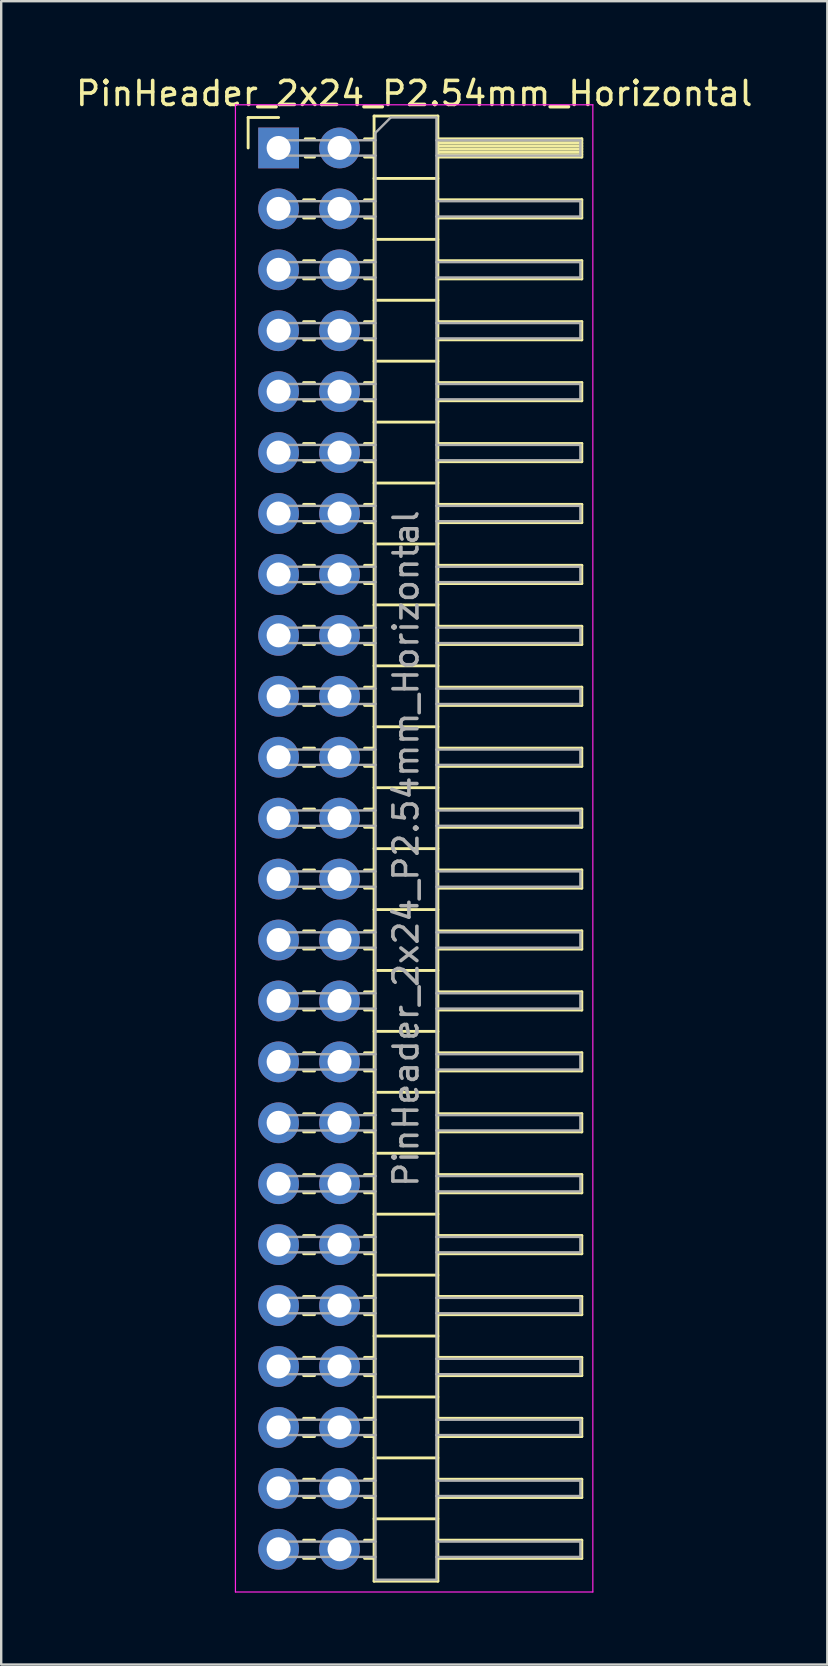
<source format=kicad_pcb>
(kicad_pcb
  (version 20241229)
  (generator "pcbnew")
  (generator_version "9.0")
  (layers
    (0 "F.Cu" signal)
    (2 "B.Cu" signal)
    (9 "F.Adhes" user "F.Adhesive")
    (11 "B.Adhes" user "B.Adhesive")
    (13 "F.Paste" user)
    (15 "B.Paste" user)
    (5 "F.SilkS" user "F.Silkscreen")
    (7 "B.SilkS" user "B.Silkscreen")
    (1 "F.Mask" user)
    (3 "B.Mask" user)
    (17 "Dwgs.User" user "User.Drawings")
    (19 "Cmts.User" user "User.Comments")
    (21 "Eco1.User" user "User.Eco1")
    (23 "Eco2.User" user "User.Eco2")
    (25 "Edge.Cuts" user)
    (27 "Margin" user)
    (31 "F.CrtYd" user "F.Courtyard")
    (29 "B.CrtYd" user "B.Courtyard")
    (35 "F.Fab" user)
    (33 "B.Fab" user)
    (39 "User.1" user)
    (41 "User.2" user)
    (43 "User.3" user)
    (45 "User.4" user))
  (footprint "PinHeader_2x24_P2.54mm_Horizontal"
    (layer "F.Cu")
    (at 8.565 3.118)
    (property "Reference" "PinHeader_2x24_P2.54mm_Horizontal" (at 5.655 -2.27 0) (layer "F.SilkS") (effects (font (size 1 1) (thickness 0.15))))
    (attr through_hole)
    (fp_line (start -1.27 -1.27) (end 0 -1.27) (stroke (width 0.12) (type solid)) (layer "F.SilkS"))
    (fp_line (start -1.27 0) (end -1.27 -1.27) (stroke (width 0.12) (type solid)) (layer "F.SilkS"))
    (fp_line (start 1.043 2.16) (end 1.497 2.16) (stroke (width 0.12) (type solid)) (layer "F.SilkS"))
    (fp_line (start 1.043 2.92) (end 1.497 2.92) (stroke (width 0.12) (type solid)) (layer "F.SilkS"))
    (fp_line (start 1.043 4.7) (end 1.497 4.7) (stroke (width 0.12) (type solid)) (layer "F.SilkS"))
    (fp_line (start 1.043 5.46) (end 1.497 5.46) (stroke (width 0.12) (type solid)) (layer "F.SilkS"))
    (fp_line (start 1.043 7.24) (end 1.497 7.24) (stroke (width 0.12) (type solid)) (layer "F.SilkS"))
    (fp_line (start 1.043 8) (end 1.497 8) (stroke (width 0.12) (type solid)) (layer "F.SilkS"))
    (fp_line (start 1.043 9.78) (end 1.497 9.78) (stroke (width 0.12) (type solid)) (layer "F.SilkS"))
    (fp_line (start 1.043 10.54) (end 1.497 10.54) (stroke (width 0.12) (type solid)) (layer "F.SilkS"))
    (fp_line (start 1.043 12.32) (end 1.497 12.32) (stroke (width 0.12) (type solid)) (layer "F.SilkS"))
    (fp_line (start 1.043 13.08) (end 1.497 13.08) (stroke (width 0.12) (type solid)) (layer "F.SilkS"))
    (fp_line (start 1.043 14.86) (end 1.497 14.86) (stroke (width 0.12) (type solid)) (layer "F.SilkS"))
    (fp_line (start 1.043 15.62) (end 1.497 15.62) (stroke (width 0.12) (type solid)) (layer "F.SilkS"))
    (fp_line (start 1.043 17.4) (end 1.497 17.4) (stroke (width 0.12) (type solid)) (layer "F.SilkS"))
    (fp_line (start 1.043 18.16) (end 1.497 18.16) (stroke (width 0.12) (type solid)) (layer "F.SilkS"))
    (fp_line (start 1.043 19.94) (end 1.497 19.94) (stroke (width 0.12) (type solid)) (layer "F.SilkS"))
    (fp_line (start 1.043 20.7) (end 1.497 20.7) (stroke (width 0.12) (type solid)) (layer "F.SilkS"))
    (fp_line (start 1.043 22.48) (end 1.497 22.48) (stroke (width 0.12) (type solid)) (layer "F.SilkS"))
    (fp_line (start 1.043 23.24) (end 1.497 23.24) (stroke (width 0.12) (type solid)) (layer "F.SilkS"))
    (fp_line (start 1.043 25.02) (end 1.497 25.02) (stroke (width 0.12) (type solid)) (layer "F.SilkS"))
    (fp_line (start 1.043 25.78) (end 1.497 25.78) (stroke (width 0.12) (type solid)) (layer "F.SilkS"))
    (fp_line (start 1.043 27.56) (end 1.497 27.56) (stroke (width 0.12) (type solid)) (layer "F.SilkS"))
    (fp_line (start 1.043 28.32) (end 1.497 28.32) (stroke (width 0.12) (type solid)) (layer "F.SilkS"))
    (fp_line (start 1.043 30.1) (end 1.497 30.1) (stroke (width 0.12) (type solid)) (layer "F.SilkS"))
    (fp_line (start 1.043 30.86) (end 1.497 30.86) (stroke (width 0.12) (type solid)) (layer "F.SilkS"))
    (fp_line (start 1.043 32.64) (end 1.497 32.64) (stroke (width 0.12) (type solid)) (layer "F.SilkS"))
    (fp_line (start 1.043 33.4) (end 1.497 33.4) (stroke (width 0.12) (type solid)) (layer "F.SilkS"))
    (fp_line (start 1.043 35.18) (end 1.497 35.18) (stroke (width 0.12) (type solid)) (layer "F.SilkS"))
    (fp_line (start 1.043 35.94) (end 1.497 35.94) (stroke (width 0.12) (type solid)) (layer "F.SilkS"))
    (fp_line (start 1.043 37.72) (end 1.497 37.72) (stroke (width 0.12) (type solid)) (layer "F.SilkS"))
    (fp_line (start 1.043 38.48) (end 1.497 38.48) (stroke (width 0.12) (type solid)) (layer "F.SilkS"))
    (fp_line (start 1.043 40.26) (end 1.497 40.26) (stroke (width 0.12) (type solid)) (layer "F.SilkS"))
    (fp_line (start 1.043 41.02) (end 1.497 41.02) (stroke (width 0.12) (type solid)) (layer "F.SilkS"))
    (fp_line (start 1.043 42.8) (end 1.497 42.8) (stroke (width 0.12) (type solid)) (layer "F.SilkS"))
    (fp_line (start 1.043 43.56) (end 1.497 43.56) (stroke (width 0.12) (type solid)) (layer "F.SilkS"))
    (fp_line (start 1.043 45.34) (end 1.497 45.34) (stroke (width 0.12) (type solid)) (layer "F.SilkS"))
    (fp_line (start 1.043 46.1) (end 1.497 46.1) (stroke (width 0.12) (type solid)) (layer "F.SilkS"))
    (fp_line (start 1.043 47.88) (end 1.497 47.88) (stroke (width 0.12) (type solid)) (layer "F.SilkS"))
    (fp_line (start 1.043 48.64) (end 1.497 48.64) (stroke (width 0.12) (type solid)) (layer "F.SilkS"))
    (fp_line (start 1.043 50.42) (end 1.497 50.42) (stroke (width 0.12) (type solid)) (layer "F.SilkS"))
    (fp_line (start 1.043 51.18) (end 1.497 51.18) (stroke (width 0.12) (type solid)) (layer "F.SilkS"))
    (fp_line (start 1.043 52.96) (end 1.497 52.96) (stroke (width 0.12) (type solid)) (layer "F.SilkS"))
    (fp_line (start 1.043 53.72) (end 1.497 53.72) (stroke (width 0.12) (type solid)) (layer "F.SilkS"))
    (fp_line (start 1.043 55.5) (end 1.497 55.5) (stroke (width 0.12) (type solid)) (layer "F.SilkS"))
    (fp_line (start 1.043 56.26) (end 1.497 56.26) (stroke (width 0.12) (type solid)) (layer "F.SilkS"))
    (fp_line (start 1.043 58.04) (end 1.497 58.04) (stroke (width 0.12) (type solid)) (layer "F.SilkS"))
    (fp_line (start 1.043 58.8) (end 1.497 58.8) (stroke (width 0.12) (type solid)) (layer "F.SilkS"))
    (fp_line (start 1.11 -0.38) (end 1.497 -0.38) (stroke (width 0.12) (type solid)) (layer "F.SilkS"))
    (fp_line (start 1.11 0.38) (end 1.497 0.38) (stroke (width 0.12) (type solid)) (layer "F.SilkS"))
    (fp_line (start 3.583 -0.38) (end 3.98 -0.38) (stroke (width 0.12) (type solid)) (layer "F.SilkS"))
    (fp_line (start 3.583 0.38) (end 3.98 0.38) (stroke (width 0.12) (type solid)) (layer "F.SilkS"))
    (fp_line (start 3.583 2.16) (end 3.98 2.16) (stroke (width 0.12) (type solid)) (layer "F.SilkS"))
    (fp_line (start 3.583 2.92) (end 3.98 2.92) (stroke (width 0.12) (type solid)) (layer "F.SilkS"))
    (fp_line (start 3.583 4.7) (end 3.98 4.7) (stroke (width 0.12) (type solid)) (layer "F.SilkS"))
    (fp_line (start 3.583 5.46) (end 3.98 5.46) (stroke (width 0.12) (type solid)) (layer "F.SilkS"))
    (fp_line (start 3.583 7.24) (end 3.98 7.24) (stroke (width 0.12) (type solid)) (layer "F.SilkS"))
    (fp_line (start 3.583 8) (end 3.98 8) (stroke (width 0.12) (type solid)) (layer "F.SilkS"))
    (fp_line (start 3.583 9.78) (end 3.98 9.78) (stroke (width 0.12) (type solid)) (layer "F.SilkS"))
    (fp_line (start 3.583 10.54) (end 3.98 10.54) (stroke (width 0.12) (type solid)) (layer "F.SilkS"))
    (fp_line (start 3.583 12.32) (end 3.98 12.32) (stroke (width 0.12) (type solid)) (layer "F.SilkS"))
    (fp_line (start 3.583 13.08) (end 3.98 13.08) (stroke (width 0.12) (type solid)) (layer "F.SilkS"))
    (fp_line (start 3.583 14.86) (end 3.98 14.86) (stroke (width 0.12) (type solid)) (layer "F.SilkS"))
    (fp_line (start 3.583 15.62) (end 3.98 15.62) (stroke (width 0.12) (type solid)) (layer "F.SilkS"))
    (fp_line (start 3.583 17.4) (end 3.98 17.4) (stroke (width 0.12) (type solid)) (layer "F.SilkS"))
    (fp_line (start 3.583 18.16) (end 3.98 18.16) (stroke (width 0.12) (type solid)) (layer "F.SilkS"))
    (fp_line (start 3.583 19.94) (end 3.98 19.94) (stroke (width 0.12) (type solid)) (layer "F.SilkS"))
    (fp_line (start 3.583 20.7) (end 3.98 20.7) (stroke (width 0.12) (type solid)) (layer "F.SilkS"))
    (fp_line (start 3.583 22.48) (end 3.98 22.48) (stroke (width 0.12) (type solid)) (layer "F.SilkS"))
    (fp_line (start 3.583 23.24) (end 3.98 23.24) (stroke (width 0.12) (type solid)) (layer "F.SilkS"))
    (fp_line (start 3.583 25.02) (end 3.98 25.02) (stroke (width 0.12) (type solid)) (layer "F.SilkS"))
    (fp_line (start 3.583 25.78) (end 3.98 25.78) (stroke (width 0.12) (type solid)) (layer "F.SilkS"))
    (fp_line (start 3.583 27.56) (end 3.98 27.56) (stroke (width 0.12) (type solid)) (layer "F.SilkS"))
    (fp_line (start 3.583 28.32) (end 3.98 28.32) (stroke (width 0.12) (type solid)) (layer "F.SilkS"))
    (fp_line (start 3.583 30.1) (end 3.98 30.1) (stroke (width 0.12) (type solid)) (layer "F.SilkS"))
    (fp_line (start 3.583 30.86) (end 3.98 30.86) (stroke (width 0.12) (type solid)) (layer "F.SilkS"))
    (fp_line (start 3.583 32.64) (end 3.98 32.64) (stroke (width 0.12) (type solid)) (layer "F.SilkS"))
    (fp_line (start 3.583 33.4) (end 3.98 33.4) (stroke (width 0.12) (type solid)) (layer "F.SilkS"))
    (fp_line (start 3.583 35.18) (end 3.98 35.18) (stroke (width 0.12) (type solid)) (layer "F.SilkS"))
    (fp_line (start 3.583 35.94) (end 3.98 35.94) (stroke (width 0.12) (type solid)) (layer "F.SilkS"))
    (fp_line (start 3.583 37.72) (end 3.98 37.72) (stroke (width 0.12) (type solid)) (layer "F.SilkS"))
    (fp_line (start 3.583 38.48) (end 3.98 38.48) (stroke (width 0.12) (type solid)) (layer "F.SilkS"))
    (fp_line (start 3.583 40.26) (end 3.98 40.26) (stroke (width 0.12) (type solid)) (layer "F.SilkS"))
    (fp_line (start 3.583 41.02) (end 3.98 41.02) (stroke (width 0.12) (type solid)) (layer "F.SilkS"))
    (fp_line (start 3.583 42.8) (end 3.98 42.8) (stroke (width 0.12) (type solid)) (layer "F.SilkS"))
    (fp_line (start 3.583 43.56) (end 3.98 43.56) (stroke (width 0.12) (type solid)) (layer "F.SilkS"))
    (fp_line (start 3.583 45.34) (end 3.98 45.34) (stroke (width 0.12) (type solid)) (layer "F.SilkS"))
    (fp_line (start 3.583 46.1) (end 3.98 46.1) (stroke (width 0.12) (type solid)) (layer "F.SilkS"))
    (fp_line (start 3.583 47.88) (end 3.98 47.88) (stroke (width 0.12) (type solid)) (layer "F.SilkS"))
    (fp_line (start 3.583 48.64) (end 3.98 48.64) (stroke (width 0.12) (type solid)) (layer "F.SilkS"))
    (fp_line (start 3.583 50.42) (end 3.98 50.42) (stroke (width 0.12) (type solid)) (layer "F.SilkS"))
    (fp_line (start 3.583 51.18) (end 3.98 51.18) (stroke (width 0.12) (type solid)) (layer "F.SilkS"))
    (fp_line (start 3.583 52.96) (end 3.98 52.96) (stroke (width 0.12) (type solid)) (layer "F.SilkS"))
    (fp_line (start 3.583 53.72) (end 3.98 53.72) (stroke (width 0.12) (type solid)) (layer "F.SilkS"))
    (fp_line (start 3.583 55.5) (end 3.98 55.5) (stroke (width 0.12) (type solid)) (layer "F.SilkS"))
    (fp_line (start 3.583 56.26) (end 3.98 56.26) (stroke (width 0.12) (type solid)) (layer "F.SilkS"))
    (fp_line (start 3.583 58.04) (end 3.98 58.04) (stroke (width 0.12) (type solid)) (layer "F.SilkS"))
    (fp_line (start 3.583 58.8) (end 3.98 58.8) (stroke (width 0.12) (type solid)) (layer "F.SilkS"))
    (fp_line (start 3.98 -1.33) (end 3.98 59.75) (stroke (width 0.12) (type solid)) (layer "F.SilkS"))
    (fp_line (start 3.98 1.27) (end 6.64 1.27) (stroke (width 0.12) (type solid)) (layer "F.SilkS"))
    (fp_line (start 3.98 3.81) (end 6.64 3.81) (stroke (width 0.12) (type solid)) (layer "F.SilkS"))
    (fp_line (start 3.98 6.35) (end 6.64 6.35) (stroke (width 0.12) (type solid)) (layer "F.SilkS"))
    (fp_line (start 3.98 8.89) (end 6.64 8.89) (stroke (width 0.12) (type solid)) (layer "F.SilkS"))
    (fp_line (start 3.98 11.43) (end 6.64 11.43) (stroke (width 0.12) (type solid)) (layer "F.SilkS"))
    (fp_line (start 3.98 13.97) (end 6.64 13.97) (stroke (width 0.12) (type solid)) (layer "F.SilkS"))
    (fp_line (start 3.98 16.51) (end 6.64 16.51) (stroke (width 0.12) (type solid)) (layer "F.SilkS"))
    (fp_line (start 3.98 19.05) (end 6.64 19.05) (stroke (width 0.12) (type solid)) (layer "F.SilkS"))
    (fp_line (start 3.98 21.59) (end 6.64 21.59) (stroke (width 0.12) (type solid)) (layer "F.SilkS"))
    (fp_line (start 3.98 24.13) (end 6.64 24.13) (stroke (width 0.12) (type solid)) (layer "F.SilkS"))
    (fp_line (start 3.98 26.67) (end 6.64 26.67) (stroke (width 0.12) (type solid)) (layer "F.SilkS"))
    (fp_line (start 3.98 29.21) (end 6.64 29.21) (stroke (width 0.12) (type solid)) (layer "F.SilkS"))
    (fp_line (start 3.98 31.75) (end 6.64 31.75) (stroke (width 0.12) (type solid)) (layer "F.SilkS"))
    (fp_line (start 3.98 34.29) (end 6.64 34.29) (stroke (width 0.12) (type solid)) (layer "F.SilkS"))
    (fp_line (start 3.98 36.83) (end 6.64 36.83) (stroke (width 0.12) (type solid)) (layer "F.SilkS"))
    (fp_line (start 3.98 39.37) (end 6.64 39.37) (stroke (width 0.12) (type solid)) (layer "F.SilkS"))
    (fp_line (start 3.98 41.91) (end 6.64 41.91) (stroke (width 0.12) (type solid)) (layer "F.SilkS"))
    (fp_line (start 3.98 44.45) (end 6.64 44.45) (stroke (width 0.12) (type solid)) (layer "F.SilkS"))
    (fp_line (start 3.98 46.99) (end 6.64 46.99) (stroke (width 0.12) (type solid)) (layer "F.SilkS"))
    (fp_line (start 3.98 49.53) (end 6.64 49.53) (stroke (width 0.12) (type solid)) (layer "F.SilkS"))
    (fp_line (start 3.98 52.07) (end 6.64 52.07) (stroke (width 0.12) (type solid)) (layer "F.SilkS"))
    (fp_line (start 3.98 54.61) (end 6.64 54.61) (stroke (width 0.12) (type solid)) (layer "F.SilkS"))
    (fp_line (start 3.98 57.15) (end 6.64 57.15) (stroke (width 0.12) (type solid)) (layer "F.SilkS"))
    (fp_line (start 3.98 59.75) (end 6.64 59.75) (stroke (width 0.12) (type solid)) (layer "F.SilkS"))
    (fp_line (start 6.64 -1.33) (end 3.98 -1.33) (stroke (width 0.12) (type solid)) (layer "F.SilkS"))
    (fp_line (start 6.64 -0.38) (end 12.64 -0.38) (stroke (width 0.12) (type solid)) (layer "F.SilkS"))
    (fp_line (start 6.64 -0.32) (end 12.64 -0.32) (stroke (width 0.12) (type solid)) (layer "F.SilkS"))
    (fp_line (start 6.64 -0.2) (end 12.64 -0.2) (stroke (width 0.12) (type solid)) (layer "F.SilkS"))
    (fp_line (start 6.64 -0.08) (end 12.64 -0.08) (stroke (width 0.12) (type solid)) (layer "F.SilkS"))
    (fp_line (start 6.64 0.04) (end 12.64 0.04) (stroke (width 0.12) (type solid)) (layer "F.SilkS"))
    (fp_line (start 6.64 0.16) (end 12.64 0.16) (stroke (width 0.12) (type solid)) (layer "F.SilkS"))
    (fp_line (start 6.64 0.28) (end 12.64 0.28) (stroke (width 0.12) (type solid)) (layer "F.SilkS"))
    (fp_line (start 6.64 2.16) (end 12.64 2.16) (stroke (width 0.12) (type solid)) (layer "F.SilkS"))
    (fp_line (start 6.64 4.7) (end 12.64 4.7) (stroke (width 0.12) (type solid)) (layer "F.SilkS"))
    (fp_line (start 6.64 7.24) (end 12.64 7.24) (stroke (width 0.12) (type solid)) (layer "F.SilkS"))
    (fp_line (start 6.64 9.78) (end 12.64 9.78) (stroke (width 0.12) (type solid)) (layer "F.SilkS"))
    (fp_line (start 6.64 12.32) (end 12.64 12.32) (stroke (width 0.12) (type solid)) (layer "F.SilkS"))
    (fp_line (start 6.64 14.86) (end 12.64 14.86) (stroke (width 0.12) (type solid)) (layer "F.SilkS"))
    (fp_line (start 6.64 17.4) (end 12.64 17.4) (stroke (width 0.12) (type solid)) (layer "F.SilkS"))
    (fp_line (start 6.64 19.94) (end 12.64 19.94) (stroke (width 0.12) (type solid)) (layer "F.SilkS"))
    (fp_line (start 6.64 22.48) (end 12.64 22.48) (stroke (width 0.12) (type solid)) (layer "F.SilkS"))
    (fp_line (start 6.64 25.02) (end 12.64 25.02) (stroke (width 0.12) (type solid)) (layer "F.SilkS"))
    (fp_line (start 6.64 27.56) (end 12.64 27.56) (stroke (width 0.12) (type solid)) (layer "F.SilkS"))
    (fp_line (start 6.64 30.1) (end 12.64 30.1) (stroke (width 0.12) (type solid)) (layer "F.SilkS"))
    (fp_line (start 6.64 32.64) (end 12.64 32.64) (stroke (width 0.12) (type solid)) (layer "F.SilkS"))
    (fp_line (start 6.64 35.18) (end 12.64 35.18) (stroke (width 0.12) (type solid)) (layer "F.SilkS"))
    (fp_line (start 6.64 37.72) (end 12.64 37.72) (stroke (width 0.12) (type solid)) (layer "F.SilkS"))
    (fp_line (start 6.64 40.26) (end 12.64 40.26) (stroke (width 0.12) (type solid)) (layer "F.SilkS"))
    (fp_line (start 6.64 42.8) (end 12.64 42.8) (stroke (width 0.12) (type solid)) (layer "F.SilkS"))
    (fp_line (start 6.64 45.34) (end 12.64 45.34) (stroke (width 0.12) (type solid)) (layer "F.SilkS"))
    (fp_line (start 6.64 47.88) (end 12.64 47.88) (stroke (width 0.12) (type solid)) (layer "F.SilkS"))
    (fp_line (start 6.64 50.42) (end 12.64 50.42) (stroke (width 0.12) (type solid)) (layer "F.SilkS"))
    (fp_line (start 6.64 52.96) (end 12.64 52.96) (stroke (width 0.12) (type solid)) (layer "F.SilkS"))
    (fp_line (start 6.64 55.5) (end 12.64 55.5) (stroke (width 0.12) (type solid)) (layer "F.SilkS"))
    (fp_line (start 6.64 58.04) (end 12.64 58.04) (stroke (width 0.12) (type solid)) (layer "F.SilkS"))
    (fp_line (start 6.64 59.75) (end 6.64 -1.33) (stroke (width 0.12) (type solid)) (layer "F.SilkS"))
    (fp_line (start 12.64 -0.38) (end 12.64 0.38) (stroke (width 0.12) (type solid)) (layer "F.SilkS"))
    (fp_line (start 12.64 0.38) (end 6.64 0.38) (stroke (width 0.12) (type solid)) (layer "F.SilkS"))
    (fp_line (start 12.64 2.16) (end 12.64 2.92) (stroke (width 0.12) (type solid)) (layer "F.SilkS"))
    (fp_line (start 12.64 2.92) (end 6.64 2.92) (stroke (width 0.12) (type solid)) (layer "F.SilkS"))
    (fp_line (start 12.64 4.7) (end 12.64 5.46) (stroke (width 0.12) (type solid)) (layer "F.SilkS"))
    (fp_line (start 12.64 5.46) (end 6.64 5.46) (stroke (width 0.12) (type solid)) (layer "F.SilkS"))
    (fp_line (start 12.64 7.24) (end 12.64 8) (stroke (width 0.12) (type solid)) (layer "F.SilkS"))
    (fp_line (start 12.64 8) (end 6.64 8) (stroke (width 0.12) (type solid)) (layer "F.SilkS"))
    (fp_line (start 12.64 9.78) (end 12.64 10.54) (stroke (width 0.12) (type solid)) (layer "F.SilkS"))
    (fp_line (start 12.64 10.54) (end 6.64 10.54) (stroke (width 0.12) (type solid)) (layer "F.SilkS"))
    (fp_line (start 12.64 12.32) (end 12.64 13.08) (stroke (width 0.12) (type solid)) (layer "F.SilkS"))
    (fp_line (start 12.64 13.08) (end 6.64 13.08) (stroke (width 0.12) (type solid)) (layer "F.SilkS"))
    (fp_line (start 12.64 14.86) (end 12.64 15.62) (stroke (width 0.12) (type solid)) (layer "F.SilkS"))
    (fp_line (start 12.64 15.62) (end 6.64 15.62) (stroke (width 0.12) (type solid)) (layer "F.SilkS"))
    (fp_line (start 12.64 17.4) (end 12.64 18.16) (stroke (width 0.12) (type solid)) (layer "F.SilkS"))
    (fp_line (start 12.64 18.16) (end 6.64 18.16) (stroke (width 0.12) (type solid)) (layer "F.SilkS"))
    (fp_line (start 12.64 19.94) (end 12.64 20.7) (stroke (width 0.12) (type solid)) (layer "F.SilkS"))
    (fp_line (start 12.64 20.7) (end 6.64 20.7) (stroke (width 0.12) (type solid)) (layer "F.SilkS"))
    (fp_line (start 12.64 22.48) (end 12.64 23.24) (stroke (width 0.12) (type solid)) (layer "F.SilkS"))
    (fp_line (start 12.64 23.24) (end 6.64 23.24) (stroke (width 0.12) (type solid)) (layer "F.SilkS"))
    (fp_line (start 12.64 25.02) (end 12.64 25.78) (stroke (width 0.12) (type solid)) (layer "F.SilkS"))
    (fp_line (start 12.64 25.78) (end 6.64 25.78) (stroke (width 0.12) (type solid)) (layer "F.SilkS"))
    (fp_line (start 12.64 27.56) (end 12.64 28.32) (stroke (width 0.12) (type solid)) (layer "F.SilkS"))
    (fp_line (start 12.64 28.32) (end 6.64 28.32) (stroke (width 0.12) (type solid)) (layer "F.SilkS"))
    (fp_line (start 12.64 30.1) (end 12.64 30.86) (stroke (width 0.12) (type solid)) (layer "F.SilkS"))
    (fp_line (start 12.64 30.86) (end 6.64 30.86) (stroke (width 0.12) (type solid)) (layer "F.SilkS"))
    (fp_line (start 12.64 32.64) (end 12.64 33.4) (stroke (width 0.12) (type solid)) (layer "F.SilkS"))
    (fp_line (start 12.64 33.4) (end 6.64 33.4) (stroke (width 0.12) (type solid)) (layer "F.SilkS"))
    (fp_line (start 12.64 35.18) (end 12.64 35.94) (stroke (width 0.12) (type solid)) (layer "F.SilkS"))
    (fp_line (start 12.64 35.94) (end 6.64 35.94) (stroke (width 0.12) (type solid)) (layer "F.SilkS"))
    (fp_line (start 12.64 37.72) (end 12.64 38.48) (stroke (width 0.12) (type solid)) (layer "F.SilkS"))
    (fp_line (start 12.64 38.48) (end 6.64 38.48) (stroke (width 0.12) (type solid)) (layer "F.SilkS"))
    (fp_line (start 12.64 40.26) (end 12.64 41.02) (stroke (width 0.12) (type solid)) (layer "F.SilkS"))
    (fp_line (start 12.64 41.02) (end 6.64 41.02) (stroke (width 0.12) (type solid)) (layer "F.SilkS"))
    (fp_line (start 12.64 42.8) (end 12.64 43.56) (stroke (width 0.12) (type solid)) (layer "F.SilkS"))
    (fp_line (start 12.64 43.56) (end 6.64 43.56) (stroke (width 0.12) (type solid)) (layer "F.SilkS"))
    (fp_line (start 12.64 45.34) (end 12.64 46.1) (stroke (width 0.12) (type solid)) (layer "F.SilkS"))
    (fp_line (start 12.64 46.1) (end 6.64 46.1) (stroke (width 0.12) (type solid)) (layer "F.SilkS"))
    (fp_line (start 12.64 47.88) (end 12.64 48.64) (stroke (width 0.12) (type solid)) (layer "F.SilkS"))
    (fp_line (start 12.64 48.64) (end 6.64 48.64) (stroke (width 0.12) (type solid)) (layer "F.SilkS"))
    (fp_line (start 12.64 50.42) (end 12.64 51.18) (stroke (width 0.12) (type solid)) (layer "F.SilkS"))
    (fp_line (start 12.64 51.18) (end 6.64 51.18) (stroke (width 0.12) (type solid)) (layer "F.SilkS"))
    (fp_line (start 12.64 52.96) (end 12.64 53.72) (stroke (width 0.12) (type solid)) (layer "F.SilkS"))
    (fp_line (start 12.64 53.72) (end 6.64 53.72) (stroke (width 0.12) (type solid)) (layer "F.SilkS"))
    (fp_line (start 12.64 55.5) (end 12.64 56.26) (stroke (width 0.12) (type solid)) (layer "F.SilkS"))
    (fp_line (start 12.64 56.26) (end 6.64 56.26) (stroke (width 0.12) (type solid)) (layer "F.SilkS"))
    (fp_line (start 12.64 58.04) (end 12.64 58.8) (stroke (width 0.12) (type solid)) (layer "F.SilkS"))
    (fp_line (start 12.64 58.8) (end 6.64 58.8) (stroke (width 0.12) (type solid)) (layer "F.SilkS"))
    (fp_line (start -1.8 -1.8) (end -1.8 60.2) (stroke (width 0.05) (type solid)) (layer "F.CrtYd"))
    (fp_line (start -1.8 60.2) (end 13.1 60.2) (stroke (width 0.05) (type solid)) (layer "F.CrtYd"))
    (fp_line (start 13.1 -1.8) (end -1.8 -1.8) (stroke (width 0.05) (type solid)) (layer "F.CrtYd"))
    (fp_line (start 13.1 60.2) (end 13.1 -1.8) (stroke (width 0.05) (type solid)) (layer "F.CrtYd"))
    (fp_line (start -0.32 -0.32) (end -0.32 0.32) (stroke (width 0.1) (type solid)) (layer "F.Fab"))
    (fp_line (start -0.32 -0.32) (end 4.04 -0.32) (stroke (width 0.1) (type solid)) (layer "F.Fab"))
    (fp_line (start -0.32 0.32) (end 4.04 0.32) (stroke (width 0.1) (type solid)) (layer "F.Fab"))
    (fp_line (start -0.32 2.22) (end -0.32 2.86) (stroke (width 0.1) (type solid)) (layer "F.Fab"))
    (fp_line (start -0.32 2.22) (end 4.04 2.22) (stroke (width 0.1) (type solid)) (layer "F.Fab"))
    (fp_line (start -0.32 2.86) (end 4.04 2.86) (stroke (width 0.1) (type solid)) (layer "F.Fab"))
    (fp_line (start -0.32 4.76) (end -0.32 5.4) (stroke (width 0.1) (type solid)) (layer "F.Fab"))
    (fp_line (start -0.32 4.76) (end 4.04 4.76) (stroke (width 0.1) (type solid)) (layer "F.Fab"))
    (fp_line (start -0.32 5.4) (end 4.04 5.4) (stroke (width 0.1) (type solid)) (layer "F.Fab"))
    (fp_line (start -0.32 7.3) (end -0.32 7.94) (stroke (width 0.1) (type solid)) (layer "F.Fab"))
    (fp_line (start -0.32 7.3) (end 4.04 7.3) (stroke (width 0.1) (type solid)) (layer "F.Fab"))
    (fp_line (start -0.32 7.94) (end 4.04 7.94) (stroke (width 0.1) (type solid)) (layer "F.Fab"))
    (fp_line (start -0.32 9.84) (end -0.32 10.48) (stroke (width 0.1) (type solid)) (layer "F.Fab"))
    (fp_line (start -0.32 9.84) (end 4.04 9.84) (stroke (width 0.1) (type solid)) (layer "F.Fab"))
    (fp_line (start -0.32 10.48) (end 4.04 10.48) (stroke (width 0.1) (type solid)) (layer "F.Fab"))
    (fp_line (start -0.32 12.38) (end -0.32 13.02) (stroke (width 0.1) (type solid)) (layer "F.Fab"))
    (fp_line (start -0.32 12.38) (end 4.04 12.38) (stroke (width 0.1) (type solid)) (layer "F.Fab"))
    (fp_line (start -0.32 13.02) (end 4.04 13.02) (stroke (width 0.1) (type solid)) (layer "F.Fab"))
    (fp_line (start -0.32 14.92) (end -0.32 15.56) (stroke (width 0.1) (type solid)) (layer "F.Fab"))
    (fp_line (start -0.32 14.92) (end 4.04 14.92) (stroke (width 0.1) (type solid)) (layer "F.Fab"))
    (fp_line (start -0.32 15.56) (end 4.04 15.56) (stroke (width 0.1) (type solid)) (layer "F.Fab"))
    (fp_line (start -0.32 17.46) (end -0.32 18.1) (stroke (width 0.1) (type solid)) (layer "F.Fab"))
    (fp_line (start -0.32 17.46) (end 4.04 17.46) (stroke (width 0.1) (type solid)) (layer "F.Fab"))
    (fp_line (start -0.32 18.1) (end 4.04 18.1) (stroke (width 0.1) (type solid)) (layer "F.Fab"))
    (fp_line (start -0.32 20) (end -0.32 20.64) (stroke (width 0.1) (type solid)) (layer "F.Fab"))
    (fp_line (start -0.32 20) (end 4.04 20) (stroke (width 0.1) (type solid)) (layer "F.Fab"))
    (fp_line (start -0.32 20.64) (end 4.04 20.64) (stroke (width 0.1) (type solid)) (layer "F.Fab"))
    (fp_line (start -0.32 22.54) (end -0.32 23.18) (stroke (width 0.1) (type solid)) (layer "F.Fab"))
    (fp_line (start -0.32 22.54) (end 4.04 22.54) (stroke (width 0.1) (type solid)) (layer "F.Fab"))
    (fp_line (start -0.32 23.18) (end 4.04 23.18) (stroke (width 0.1) (type solid)) (layer "F.Fab"))
    (fp_line (start -0.32 25.08) (end -0.32 25.72) (stroke (width 0.1) (type solid)) (layer "F.Fab"))
    (fp_line (start -0.32 25.08) (end 4.04 25.08) (stroke (width 0.1) (type solid)) (layer "F.Fab"))
    (fp_line (start -0.32 25.72) (end 4.04 25.72) (stroke (width 0.1) (type solid)) (layer "F.Fab"))
    (fp_line (start -0.32 27.62) (end -0.32 28.26) (stroke (width 0.1) (type solid)) (layer "F.Fab"))
    (fp_line (start -0.32 27.62) (end 4.04 27.62) (stroke (width 0.1) (type solid)) (layer "F.Fab"))
    (fp_line (start -0.32 28.26) (end 4.04 28.26) (stroke (width 0.1) (type solid)) (layer "F.Fab"))
    (fp_line (start -0.32 30.16) (end -0.32 30.8) (stroke (width 0.1) (type solid)) (layer "F.Fab"))
    (fp_line (start -0.32 30.16) (end 4.04 30.16) (stroke (width 0.1) (type solid)) (layer "F.Fab"))
    (fp_line (start -0.32 30.8) (end 4.04 30.8) (stroke (width 0.1) (type solid)) (layer "F.Fab"))
    (fp_line (start -0.32 32.7) (end -0.32 33.34) (stroke (width 0.1) (type solid)) (layer "F.Fab"))
    (fp_line (start -0.32 32.7) (end 4.04 32.7) (stroke (width 0.1) (type solid)) (layer "F.Fab"))
    (fp_line (start -0.32 33.34) (end 4.04 33.34) (stroke (width 0.1) (type solid)) (layer "F.Fab"))
    (fp_line (start -0.32 35.24) (end -0.32 35.88) (stroke (width 0.1) (type solid)) (layer "F.Fab"))
    (fp_line (start -0.32 35.24) (end 4.04 35.24) (stroke (width 0.1) (type solid)) (layer "F.Fab"))
    (fp_line (start -0.32 35.88) (end 4.04 35.88) (stroke (width 0.1) (type solid)) (layer "F.Fab"))
    (fp_line (start -0.32 37.78) (end -0.32 38.42) (stroke (width 0.1) (type solid)) (layer "F.Fab"))
    (fp_line (start -0.32 37.78) (end 4.04 37.78) (stroke (width 0.1) (type solid)) (layer "F.Fab"))
    (fp_line (start -0.32 38.42) (end 4.04 38.42) (stroke (width 0.1) (type solid)) (layer "F.Fab"))
    (fp_line (start -0.32 40.32) (end -0.32 40.96) (stroke (width 0.1) (type solid)) (layer "F.Fab"))
    (fp_line (start -0.32 40.32) (end 4.04 40.32) (stroke (width 0.1) (type solid)) (layer "F.Fab"))
    (fp_line (start -0.32 40.96) (end 4.04 40.96) (stroke (width 0.1) (type solid)) (layer "F.Fab"))
    (fp_line (start -0.32 42.86) (end -0.32 43.5) (stroke (width 0.1) (type solid)) (layer "F.Fab"))
    (fp_line (start -0.32 42.86) (end 4.04 42.86) (stroke (width 0.1) (type solid)) (layer "F.Fab"))
    (fp_line (start -0.32 43.5) (end 4.04 43.5) (stroke (width 0.1) (type solid)) (layer "F.Fab"))
    (fp_line (start -0.32 45.4) (end -0.32 46.04) (stroke (width 0.1) (type solid)) (layer "F.Fab"))
    (fp_line (start -0.32 45.4) (end 4.04 45.4) (stroke (width 0.1) (type solid)) (layer "F.Fab"))
    (fp_line (start -0.32 46.04) (end 4.04 46.04) (stroke (width 0.1) (type solid)) (layer "F.Fab"))
    (fp_line (start -0.32 47.94) (end -0.32 48.58) (stroke (width 0.1) (type solid)) (layer "F.Fab"))
    (fp_line (start -0.32 47.94) (end 4.04 47.94) (stroke (width 0.1) (type solid)) (layer "F.Fab"))
    (fp_line (start -0.32 48.58) (end 4.04 48.58) (stroke (width 0.1) (type solid)) (layer "F.Fab"))
    (fp_line (start -0.32 50.48) (end -0.32 51.12) (stroke (width 0.1) (type solid)) (layer "F.Fab"))
    (fp_line (start -0.32 50.48) (end 4.04 50.48) (stroke (width 0.1) (type solid)) (layer "F.Fab"))
    (fp_line (start -0.32 51.12) (end 4.04 51.12) (stroke (width 0.1) (type solid)) (layer "F.Fab"))
    (fp_line (start -0.32 53.02) (end -0.32 53.66) (stroke (width 0.1) (type solid)) (layer "F.Fab"))
    (fp_line (start -0.32 53.02) (end 4.04 53.02) (stroke (width 0.1) (type solid)) (layer "F.Fab"))
    (fp_line (start -0.32 53.66) (end 4.04 53.66) (stroke (width 0.1) (type solid)) (layer "F.Fab"))
    (fp_line (start -0.32 55.56) (end -0.32 56.2) (stroke (width 0.1) (type solid)) (layer "F.Fab"))
    (fp_line (start -0.32 55.56) (end 4.04 55.56) (stroke (width 0.1) (type solid)) (layer "F.Fab"))
    (fp_line (start -0.32 56.2) (end 4.04 56.2) (stroke (width 0.1) (type solid)) (layer "F.Fab"))
    (fp_line (start -0.32 58.1) (end -0.32 58.74) (stroke (width 0.1) (type solid)) (layer "F.Fab"))
    (fp_line (start -0.32 58.1) (end 4.04 58.1) (stroke (width 0.1) (type solid)) (layer "F.Fab"))
    (fp_line (start -0.32 58.74) (end 4.04 58.74) (stroke (width 0.1) (type solid)) (layer "F.Fab"))
    (fp_line (start 4.04 -0.635) (end 4.675 -1.27) (stroke (width 0.1) (type solid)) (layer "F.Fab"))
    (fp_line (start 4.04 59.69) (end 4.04 -0.635) (stroke (width 0.1) (type solid)) (layer "F.Fab"))
    (fp_line (start 4.675 -1.27) (end 6.58 -1.27) (stroke (width 0.1) (type solid)) (layer "F.Fab"))
    (fp_line (start 6.58 -1.27) (end 6.58 59.69) (stroke (width 0.1) (type solid)) (layer "F.Fab"))
    (fp_line (start 6.58 -0.32) (end 12.58 -0.32) (stroke (width 0.1) (type solid)) (layer "F.Fab"))
    (fp_line (start 6.58 0.32) (end 12.58 0.32) (stroke (width 0.1) (type solid)) (layer "F.Fab"))
    (fp_line (start 6.58 2.22) (end 12.58 2.22) (stroke (width 0.1) (type solid)) (layer "F.Fab"))
    (fp_line (start 6.58 2.86) (end 12.58 2.86) (stroke (width 0.1) (type solid)) (layer "F.Fab"))
    (fp_line (start 6.58 4.76) (end 12.58 4.76) (stroke (width 0.1) (type solid)) (layer "F.Fab"))
    (fp_line (start 6.58 5.4) (end 12.58 5.4) (stroke (width 0.1) (type solid)) (layer "F.Fab"))
    (fp_line (start 6.58 7.3) (end 12.58 7.3) (stroke (width 0.1) (type solid)) (layer "F.Fab"))
    (fp_line (start 6.58 7.94) (end 12.58 7.94) (stroke (width 0.1) (type solid)) (layer "F.Fab"))
    (fp_line (start 6.58 9.84) (end 12.58 9.84) (stroke (width 0.1) (type solid)) (layer "F.Fab"))
    (fp_line (start 6.58 10.48) (end 12.58 10.48) (stroke (width 0.1) (type solid)) (layer "F.Fab"))
    (fp_line (start 6.58 12.38) (end 12.58 12.38) (stroke (width 0.1) (type solid)) (layer "F.Fab"))
    (fp_line (start 6.58 13.02) (end 12.58 13.02) (stroke (width 0.1) (type solid)) (layer "F.Fab"))
    (fp_line (start 6.58 14.92) (end 12.58 14.92) (stroke (width 0.1) (type solid)) (layer "F.Fab"))
    (fp_line (start 6.58 15.56) (end 12.58 15.56) (stroke (width 0.1) (type solid)) (layer "F.Fab"))
    (fp_line (start 6.58 17.46) (end 12.58 17.46) (stroke (width 0.1) (type solid)) (layer "F.Fab"))
    (fp_line (start 6.58 18.1) (end 12.58 18.1) (stroke (width 0.1) (type solid)) (layer "F.Fab"))
    (fp_line (start 6.58 20) (end 12.58 20) (stroke (width 0.1) (type solid)) (layer "F.Fab"))
    (fp_line (start 6.58 20.64) (end 12.58 20.64) (stroke (width 0.1) (type solid)) (layer "F.Fab"))
    (fp_line (start 6.58 22.54) (end 12.58 22.54) (stroke (width 0.1) (type solid)) (layer "F.Fab"))
    (fp_line (start 6.58 23.18) (end 12.58 23.18) (stroke (width 0.1) (type solid)) (layer "F.Fab"))
    (fp_line (start 6.58 25.08) (end 12.58 25.08) (stroke (width 0.1) (type solid)) (layer "F.Fab"))
    (fp_line (start 6.58 25.72) (end 12.58 25.72) (stroke (width 0.1) (type solid)) (layer "F.Fab"))
    (fp_line (start 6.58 27.62) (end 12.58 27.62) (stroke (width 0.1) (type solid)) (layer "F.Fab"))
    (fp_line (start 6.58 28.26) (end 12.58 28.26) (stroke (width 0.1) (type solid)) (layer "F.Fab"))
    (fp_line (start 6.58 30.16) (end 12.58 30.16) (stroke (width 0.1) (type solid)) (layer "F.Fab"))
    (fp_line (start 6.58 30.8) (end 12.58 30.8) (stroke (width 0.1) (type solid)) (layer "F.Fab"))
    (fp_line (start 6.58 32.7) (end 12.58 32.7) (stroke (width 0.1) (type solid)) (layer "F.Fab"))
    (fp_line (start 6.58 33.34) (end 12.58 33.34) (stroke (width 0.1) (type solid)) (layer "F.Fab"))
    (fp_line (start 6.58 35.24) (end 12.58 35.24) (stroke (width 0.1) (type solid)) (layer "F.Fab"))
    (fp_line (start 6.58 35.88) (end 12.58 35.88) (stroke (width 0.1) (type solid)) (layer "F.Fab"))
    (fp_line (start 6.58 37.78) (end 12.58 37.78) (stroke (width 0.1) (type solid)) (layer "F.Fab"))
    (fp_line (start 6.58 38.42) (end 12.58 38.42) (stroke (width 0.1) (type solid)) (layer "F.Fab"))
    (fp_line (start 6.58 40.32) (end 12.58 40.32) (stroke (width 0.1) (type solid)) (layer "F.Fab"))
    (fp_line (start 6.58 40.96) (end 12.58 40.96) (stroke (width 0.1) (type solid)) (layer "F.Fab"))
    (fp_line (start 6.58 42.86) (end 12.58 42.86) (stroke (width 0.1) (type solid)) (layer "F.Fab"))
    (fp_line (start 6.58 43.5) (end 12.58 43.5) (stroke (width 0.1) (type solid)) (layer "F.Fab"))
    (fp_line (start 6.58 45.4) (end 12.58 45.4) (stroke (width 0.1) (type solid)) (layer "F.Fab"))
    (fp_line (start 6.58 46.04) (end 12.58 46.04) (stroke (width 0.1) (type solid)) (layer "F.Fab"))
    (fp_line (start 6.58 47.94) (end 12.58 47.94) (stroke (width 0.1) (type solid)) (layer "F.Fab"))
    (fp_line (start 6.58 48.58) (end 12.58 48.58) (stroke (width 0.1) (type solid)) (layer "F.Fab"))
    (fp_line (start 6.58 50.48) (end 12.58 50.48) (stroke (width 0.1) (type solid)) (layer "F.Fab"))
    (fp_line (start 6.58 51.12) (end 12.58 51.12) (stroke (width 0.1) (type solid)) (layer "F.Fab"))
    (fp_line (start 6.58 53.02) (end 12.58 53.02) (stroke (width 0.1) (type solid)) (layer "F.Fab"))
    (fp_line (start 6.58 53.66) (end 12.58 53.66) (stroke (width 0.1) (type solid)) (layer "F.Fab"))
    (fp_line (start 6.58 55.56) (end 12.58 55.56) (stroke (width 0.1) (type solid)) (layer "F.Fab"))
    (fp_line (start 6.58 56.2) (end 12.58 56.2) (stroke (width 0.1) (type solid)) (layer "F.Fab"))
    (fp_line (start 6.58 58.1) (end 12.58 58.1) (stroke (width 0.1) (type solid)) (layer "F.Fab"))
    (fp_line (start 6.58 58.74) (end 12.58 58.74) (stroke (width 0.1) (type solid)) (layer "F.Fab"))
    (fp_line (start 6.58 59.69) (end 4.04 59.69) (stroke (width 0.1) (type solid)) (layer "F.Fab"))
    (fp_line (start 12.58 -0.32) (end 12.58 0.32) (stroke (width 0.1) (type solid)) (layer "F.Fab"))
    (fp_line (start 12.58 2.22) (end 12.58 2.86) (stroke (width 0.1) (type solid)) (layer "F.Fab"))
    (fp_line (start 12.58 4.76) (end 12.58 5.4) (stroke (width 0.1) (type solid)) (layer "F.Fab"))
    (fp_line (start 12.58 7.3) (end 12.58 7.94) (stroke (width 0.1) (type solid)) (layer "F.Fab"))
    (fp_line (start 12.58 9.84) (end 12.58 10.48) (stroke (width 0.1) (type solid)) (layer "F.Fab"))
    (fp_line (start 12.58 12.38) (end 12.58 13.02) (stroke (width 0.1) (type solid)) (layer "F.Fab"))
    (fp_line (start 12.58 14.92) (end 12.58 15.56) (stroke (width 0.1) (type solid)) (layer "F.Fab"))
    (fp_line (start 12.58 17.46) (end 12.58 18.1) (stroke (width 0.1) (type solid)) (layer "F.Fab"))
    (fp_line (start 12.58 20) (end 12.58 20.64) (stroke (width 0.1) (type solid)) (layer "F.Fab"))
    (fp_line (start 12.58 22.54) (end 12.58 23.18) (stroke (width 0.1) (type solid)) (layer "F.Fab"))
    (fp_line (start 12.58 25.08) (end 12.58 25.72) (stroke (width 0.1) (type solid)) (layer "F.Fab"))
    (fp_line (start 12.58 27.62) (end 12.58 28.26) (stroke (width 0.1) (type solid)) (layer "F.Fab"))
    (fp_line (start 12.58 30.16) (end 12.58 30.8) (stroke (width 0.1) (type solid)) (layer "F.Fab"))
    (fp_line (start 12.58 32.7) (end 12.58 33.34) (stroke (width 0.1) (type solid)) (layer "F.Fab"))
    (fp_line (start 12.58 35.24) (end 12.58 35.88) (stroke (width 0.1) (type solid)) (layer "F.Fab"))
    (fp_line (start 12.58 37.78) (end 12.58 38.42) (stroke (width 0.1) (type solid)) (layer "F.Fab"))
    (fp_line (start 12.58 40.32) (end 12.58 40.96) (stroke (width 0.1) (type solid)) (layer "F.Fab"))
    (fp_line (start 12.58 42.86) (end 12.58 43.5) (stroke (width 0.1) (type solid)) (layer "F.Fab"))
    (fp_line (start 12.58 45.4) (end 12.58 46.04) (stroke (width 0.1) (type solid)) (layer "F.Fab"))
    (fp_line (start 12.58 47.94) (end 12.58 48.58) (stroke (width 0.1) (type solid)) (layer "F.Fab"))
    (fp_line (start 12.58 50.48) (end 12.58 51.12) (stroke (width 0.1) (type solid)) (layer "F.Fab"))
    (fp_line (start 12.58 53.02) (end 12.58 53.66) (stroke (width 0.1) (type solid)) (layer "F.Fab"))
    (fp_line (start 12.58 55.56) (end 12.58 56.2) (stroke (width 0.1) (type solid)) (layer "F.Fab"))
    (fp_line (start 12.58 58.1) (end 12.58 58.74) (stroke (width 0.1) (type solid)) (layer "F.Fab"))
    (fp_text user "${REFERENCE}" (at 5.31 29.21 90) (layer "F.Fab") (effects (font (size 1 1) (thickness 0.15))))
    (pad "1" thru_hole rect (at 0 0) (size 1.7 1.7) (drill 1) (layers "*.Cu" "*.Mask"))
    (pad "2" thru_hole oval (at 2.54 0) (size 1.7 1.7) (drill 1) (layers "*.Cu" "*.Mask"))
    (pad "3" thru_hole oval (at 0 2.54) (size 1.7 1.7) (drill 1) (layers "*.Cu" "*.Mask"))
    (pad "4" thru_hole oval (at 2.54 2.54) (size 1.7 1.7) (drill 1) (layers "*.Cu" "*.Mask"))
    (pad "5" thru_hole oval (at 0 5.08) (size 1.7 1.7) (drill 1) (layers "*.Cu" "*.Mask"))
    (pad "6" thru_hole oval (at 2.54 5.08) (size 1.7 1.7) (drill 1) (layers "*.Cu" "*.Mask"))
    (pad "7" thru_hole oval (at 0 7.62) (size 1.7 1.7) (drill 1) (layers "*.Cu" "*.Mask"))
    (pad "8" thru_hole oval (at 2.54 7.62) (size 1.7 1.7) (drill 1) (layers "*.Cu" "*.Mask"))
    (pad "9" thru_hole oval (at 0 10.16) (size 1.7 1.7) (drill 1) (layers "*.Cu" "*.Mask"))
    (pad "10" thru_hole oval (at 2.54 10.16) (size 1.7 1.7) (drill 1) (layers "*.Cu" "*.Mask"))
    (pad "11" thru_hole oval (at 0 12.7) (size 1.7 1.7) (drill 1) (layers "*.Cu" "*.Mask"))
    (pad "12" thru_hole oval (at 2.54 12.7) (size 1.7 1.7) (drill 1) (layers "*.Cu" "*.Mask"))
    (pad "13" thru_hole oval (at 0 15.24) (size 1.7 1.7) (drill 1) (layers "*.Cu" "*.Mask"))
    (pad "14" thru_hole oval (at 2.54 15.24) (size 1.7 1.7) (drill 1) (layers "*.Cu" "*.Mask"))
    (pad "15" thru_hole oval (at 0 17.78) (size 1.7 1.7) (drill 1) (layers "*.Cu" "*.Mask"))
    (pad "16" thru_hole oval (at 2.54 17.78) (size 1.7 1.7) (drill 1) (layers "*.Cu" "*.Mask"))
    (pad "17" thru_hole oval (at 0 20.32) (size 1.7 1.7) (drill 1) (layers "*.Cu" "*.Mask"))
    (pad "18" thru_hole oval (at 2.54 20.32) (size 1.7 1.7) (drill 1) (layers "*.Cu" "*.Mask"))
    (pad "19" thru_hole oval (at 0 22.86) (size 1.7 1.7) (drill 1) (layers "*.Cu" "*.Mask"))
    (pad "20" thru_hole oval (at 2.54 22.86) (size 1.7 1.7) (drill 1) (layers "*.Cu" "*.Mask"))
    (pad "21" thru_hole oval (at 0 25.4) (size 1.7 1.7) (drill 1) (layers "*.Cu" "*.Mask"))
    (pad "22" thru_hole oval (at 2.54 25.4) (size 1.7 1.7) (drill 1) (layers "*.Cu" "*.Mask"))
    (pad "23" thru_hole oval (at 0 27.94) (size 1.7 1.7) (drill 1) (layers "*.Cu" "*.Mask"))
    (pad "24" thru_hole oval (at 2.54 27.94) (size 1.7 1.7) (drill 1) (layers "*.Cu" "*.Mask"))
    (pad "25" thru_hole oval (at 0 30.48) (size 1.7 1.7) (drill 1) (layers "*.Cu" "*.Mask"))
    (pad "26" thru_hole oval (at 2.54 30.48) (size 1.7 1.7) (drill 1) (layers "*.Cu" "*.Mask"))
    (pad "27" thru_hole oval (at 0 33.02) (size 1.7 1.7) (drill 1) (layers "*.Cu" "*.Mask"))
    (pad "28" thru_hole oval (at 2.54 33.02) (size 1.7 1.7) (drill 1) (layers "*.Cu" "*.Mask"))
    (pad "29" thru_hole oval (at 0 35.56) (size 1.7 1.7) (drill 1) (layers "*.Cu" "*.Mask"))
    (pad "30" thru_hole oval (at 2.54 35.56) (size 1.7 1.7) (drill 1) (layers "*.Cu" "*.Mask"))
    (pad "31" thru_hole oval (at 0 38.1) (size 1.7 1.7) (drill 1) (layers "*.Cu" "*.Mask"))
    (pad "32" thru_hole oval (at 2.54 38.1) (size 1.7 1.7) (drill 1) (layers "*.Cu" "*.Mask"))
    (pad "33" thru_hole oval (at 0 40.64) (size 1.7 1.7) (drill 1) (layers "*.Cu" "*.Mask"))
    (pad "34" thru_hole oval (at 2.54 40.64) (size 1.7 1.7) (drill 1) (layers "*.Cu" "*.Mask"))
    (pad "35" thru_hole oval (at 0 43.18) (size 1.7 1.7) (drill 1) (layers "*.Cu" "*.Mask"))
    (pad "36" thru_hole oval (at 2.54 43.18) (size 1.7 1.7) (drill 1) (layers "*.Cu" "*.Mask"))
    (pad "37" thru_hole oval (at 0 45.72) (size 1.7 1.7) (drill 1) (layers "*.Cu" "*.Mask"))
    (pad "38" thru_hole oval (at 2.54 45.72) (size 1.7 1.7) (drill 1) (layers "*.Cu" "*.Mask"))
    (pad "39" thru_hole oval (at 0 48.26) (size 1.7 1.7) (drill 1) (layers "*.Cu" "*.Mask"))
    (pad "40" thru_hole oval (at 2.54 48.26) (size 1.7 1.7) (drill 1) (layers "*.Cu" "*.Mask"))
    (pad "41" thru_hole oval (at 0 50.8) (size 1.7 1.7) (drill 1) (layers "*.Cu" "*.Mask"))
    (pad "42" thru_hole oval (at 2.54 50.8) (size 1.7 1.7) (drill 1) (layers "*.Cu" "*.Mask"))
    (pad "43" thru_hole oval (at 0 53.34) (size 1.7 1.7) (drill 1) (layers "*.Cu" "*.Mask"))
    (pad "44" thru_hole oval (at 2.54 53.34) (size 1.7 1.7) (drill 1) (layers "*.Cu" "*.Mask"))
    (pad "45" thru_hole oval (at 0 55.88) (size 1.7 1.7) (drill 1) (layers "*.Cu" "*.Mask"))
    (pad "46" thru_hole oval (at 2.54 55.88) (size 1.7 1.7) (drill 1) (layers "*.Cu" "*.Mask"))
    (pad "47" thru_hole oval (at 0 58.42) (size 1.7 1.7) (drill 1) (layers "*.Cu" "*.Mask"))
    (pad "48" thru_hole oval (at 2.54 58.42) (size 1.7 1.7) (drill 1) (layers "*.Cu" "*.Mask")))
  (gr_rect
    (start -3 -3)
    (end 31.44 66.343)
    (stroke (width 0.1) (type default))
    (fill no)
    (layer "Edge.Cuts")))
</source>
